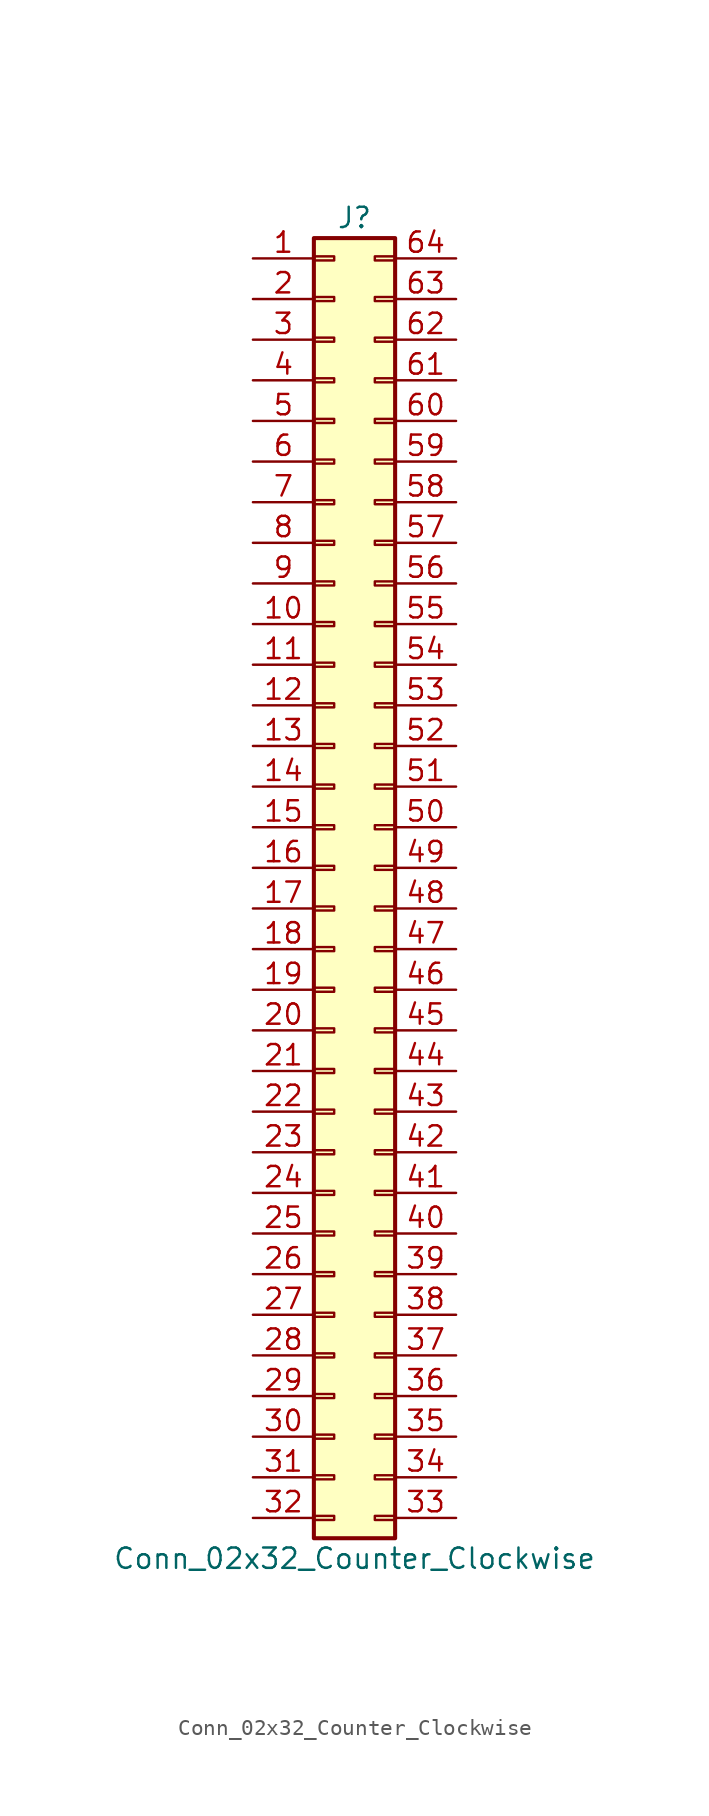
<source format=kicad_sym>
(kicad_symbol_lib
  (version 20201005)
  (generator kicad_symbol_editor)
  (symbol "Connector_Generic:Conn_02x32_Counter_Clockwise"
    (pin_names
      (offset 1.016) hide)
    (property "Reference" "J"
      (at 1.27 40.64 0)
      (effects (font (size 1.27 1.27))))
    (property "Value" "Conn_02x32_Counter_Clockwise"
      (at 1.27 -43.18 0)
      (effects (font (size 1.27 1.27))))
    (symbol "Conn_02x32_Counter_Clockwise_1_1"
      (rectangle (start -1.27 -27.813) (end 0 -28.067) (stroke (width 0.152)) (fill (type none)))
      (rectangle (start -1.27 -30.353) (end 0 -30.607) (stroke (width 0.152)) (fill (type none)))
      (rectangle (start -1.27 -32.893) (end 0 -33.147) (stroke (width 0.152)) (fill (type none)))
      (rectangle (start -1.27 -35.433) (end 0 -35.687) (stroke (width 0.152)) (fill (type none)))
      (rectangle (start -1.27 -37.973) (end 0 -38.227) (stroke (width 0.152)) (fill (type none)))
      (rectangle (start -1.27 -40.513) (end 0 -40.767) (stroke (width 0.152)) (fill (type none)))
      (rectangle (start -1.27 -4.953) (end 0 -5.207) (stroke (width 0.152)) (fill (type none)))
      (rectangle (start -1.27 -7.493) (end 0 -7.747) (stroke (width 0.152)) (fill (type none)))
      (rectangle (start -1.27 -10.033) (end 0 -10.287) (stroke (width 0.152)) (fill (type none)))
      (rectangle (start -1.27 -12.573) (end 0 -12.827) (stroke (width 0.152)) (fill (type none)))
      (rectangle (start -1.27 -15.113) (end 0 -15.367) (stroke (width 0.152)) (fill (type none)))
      (rectangle (start -1.27 -17.653) (end 0 -17.907) (stroke (width 0.152)) (fill (type none)))
      (rectangle (start -1.27 -20.193) (end 0 -20.447) (stroke (width 0.152)) (fill (type none)))
      (rectangle (start -1.27 -22.733) (end 0 -22.987) (stroke (width 0.152)) (fill (type none)))
      (rectangle (start -1.27 -2.413) (end 0 -2.667) (stroke (width 0.152)) (fill (type none)))
      (rectangle (start -1.27 -25.273) (end 0 -25.527) (stroke (width 0.152)) (fill (type none)))
      (rectangle (start -1.27 25.527) (end 0 25.273) (stroke (width 0.152)) (fill (type none)))
      (rectangle (start -1.27 2.667) (end 0 2.413) (stroke (width 0.152)) (fill (type none)))
      (rectangle (start -1.27 28.067) (end 0 27.813) (stroke (width 0.152)) (fill (type none)))
      (rectangle (start -1.27 30.607) (end 0 30.353) (stroke (width 0.152)) (fill (type none)))
      (rectangle (start -1.27 33.147) (end 0 32.893) (stroke (width 0.152)) (fill (type none)))
      (rectangle (start -1.27 35.687) (end 0 35.433) (stroke (width 0.152)) (fill (type none)))
      (rectangle (start -1.27 38.227) (end 0 37.973) (stroke (width 0.152)) (fill (type none)))
      (rectangle (start -1.27 39.37) (end 3.81 -41.91) (stroke (width 0.254)) (fill (type background)))
      (rectangle (start -1.27 5.207) (end 0 4.953) (stroke (width 0.152)) (fill (type none)))
      (rectangle (start -1.27 7.747) (end 0 7.493) (stroke (width 0.152)) (fill (type none)))
      (rectangle (start -1.27 10.287) (end 0 10.033) (stroke (width 0.152)) (fill (type none)))
      (rectangle (start -1.27 0.127) (end 0 -0.127) (stroke (width 0.152)) (fill (type none)))
      (rectangle (start -1.27 12.827) (end 0 12.573) (stroke (width 0.152)) (fill (type none)))
      (rectangle (start -1.27 15.367) (end 0 15.113) (stroke (width 0.152)) (fill (type none)))
      (rectangle (start -1.27 17.907) (end 0 17.653) (stroke (width 0.152)) (fill (type none)))
      (rectangle (start -1.27 20.447) (end 0 20.193) (stroke (width 0.152)) (fill (type none)))
      (rectangle (start -1.27 22.987) (end 0 22.733) (stroke (width 0.152)) (fill (type none)))
      (rectangle (start 3.81 -27.813) (end 2.54 -28.067) (stroke (width 0.152)) (fill (type none)))
      (rectangle (start 3.81 -30.353) (end 2.54 -30.607) (stroke (width 0.152)) (fill (type none)))
      (rectangle (start 3.81 -32.893) (end 2.54 -33.147) (stroke (width 0.152)) (fill (type none)))
      (rectangle (start 3.81 -35.433) (end 2.54 -35.687) (stroke (width 0.152)) (fill (type none)))
      (rectangle (start 3.81 -37.973) (end 2.54 -38.227) (stroke (width 0.152)) (fill (type none)))
      (rectangle (start 3.81 -40.513) (end 2.54 -40.767) (stroke (width 0.152)) (fill (type none)))
      (rectangle (start 3.81 -4.953) (end 2.54 -5.207) (stroke (width 0.152)) (fill (type none)))
      (rectangle (start 3.81 -7.493) (end 2.54 -7.747) (stroke (width 0.152)) (fill (type none)))
      (rectangle (start 3.81 -10.033) (end 2.54 -10.287) (stroke (width 0.152)) (fill (type none)))
      (rectangle (start 3.81 -12.573) (end 2.54 -12.827) (stroke (width 0.152)) (fill (type none)))
      (rectangle (start 3.81 -15.113) (end 2.54 -15.367) (stroke (width 0.152)) (fill (type none)))
      (rectangle (start 3.81 -17.653) (end 2.54 -17.907) (stroke (width 0.152)) (fill (type none)))
      (rectangle (start 3.81 -20.193) (end 2.54 -20.447) (stroke (width 0.152)) (fill (type none)))
      (rectangle (start 3.81 -22.733) (end 2.54 -22.987) (stroke (width 0.152)) (fill (type none)))
      (rectangle (start 3.81 -2.413) (end 2.54 -2.667) (stroke (width 0.152)) (fill (type none)))
      (rectangle (start 3.81 -25.273) (end 2.54 -25.527) (stroke (width 0.152)) (fill (type none)))
      (rectangle (start 3.81 25.527) (end 2.54 25.273) (stroke (width 0.152)) (fill (type none)))
      (rectangle (start 3.81 2.667) (end 2.54 2.413) (stroke (width 0.152)) (fill (type none)))
      (rectangle (start 3.81 28.067) (end 2.54 27.813) (stroke (width 0.152)) (fill (type none)))
      (rectangle (start 3.81 30.607) (end 2.54 30.353) (stroke (width 0.152)) (fill (type none)))
      (rectangle (start 3.81 33.147) (end 2.54 32.893) (stroke (width 0.152)) (fill (type none)))
      (rectangle (start 3.81 35.687) (end 2.54 35.433) (stroke (width 0.152)) (fill (type none)))
      (rectangle (start 3.81 38.227) (end 2.54 37.973) (stroke (width 0.152)) (fill (type none)))
      (rectangle (start 3.81 5.207) (end 2.54 4.953) (stroke (width 0.152)) (fill (type none)))
      (rectangle (start 3.81 7.747) (end 2.54 7.493) (stroke (width 0.152)) (fill (type none)))
      (rectangle (start 3.81 10.287) (end 2.54 10.033) (stroke (width 0.152)) (fill (type none)))
      (rectangle (start 3.81 0.127) (end 2.54 -0.127) (stroke (width 0.152)) (fill (type none)))
      (rectangle (start 3.81 12.827) (end 2.54 12.573) (stroke (width 0.152)) (fill (type none)))
      (rectangle (start 3.81 15.367) (end 2.54 15.113) (stroke (width 0.152)) (fill (type none)))
      (rectangle (start 3.81 17.907) (end 2.54 17.653) (stroke (width 0.152)) (fill (type none)))
      (rectangle (start 3.81 20.447) (end 2.54 20.193) (stroke (width 0.152)) (fill (type none)))
      (rectangle (start 3.81 22.987) (end 2.54 22.733) (stroke (width 0.152)) (fill (type none)))
      (pin passive line (at -5.08 38.1 0) (length 3.81) (name "Pin_1" (effects (font (size 1.27 1.27)))) (number "1" (effects (font (size 1.27 1.27)))))
      (pin passive line (at -5.08 15.24 0) (length 3.81) (name "Pin_10" (effects (font (size 1.27 1.27)))) (number "10" (effects (font (size 1.27 1.27)))))
      (pin passive line (at -5.08 12.7 0) (length 3.81) (name "Pin_11" (effects (font (size 1.27 1.27)))) (number "11" (effects (font (size 1.27 1.27)))))
      (pin passive line (at -5.08 10.16 0) (length 3.81) (name "Pin_12" (effects (font (size 1.27 1.27)))) (number "12" (effects (font (size 1.27 1.27)))))
      (pin passive line (at -5.08 7.62 0) (length 3.81) (name "Pin_13" (effects (font (size 1.27 1.27)))) (number "13" (effects (font (size 1.27 1.27)))))
      (pin passive line (at -5.08 5.08 0) (length 3.81) (name "Pin_14" (effects (font (size 1.27 1.27)))) (number "14" (effects (font (size 1.27 1.27)))))
      (pin passive line (at -5.08 2.54 0) (length 3.81) (name "Pin_15" (effects (font (size 1.27 1.27)))) (number "15" (effects (font (size 1.27 1.27)))))
      (pin passive line (at -5.08 0 0) (length 3.81) (name "Pin_16" (effects (font (size 1.27 1.27)))) (number "16" (effects (font (size 1.27 1.27)))))
      (pin passive line (at -5.08 -2.54 0) (length 3.81) (name "Pin_17" (effects (font (size 1.27 1.27)))) (number "17" (effects (font (size 1.27 1.27)))))
      (pin passive line (at -5.08 -5.08 0) (length 3.81) (name "Pin_18" (effects (font (size 1.27 1.27)))) (number "18" (effects (font (size 1.27 1.27)))))
      (pin passive line (at -5.08 -7.62 0) (length 3.81) (name "Pin_19" (effects (font (size 1.27 1.27)))) (number "19" (effects (font (size 1.27 1.27)))))
      (pin passive line (at -5.08 35.56 0) (length 3.81) (name "Pin_2" (effects (font (size 1.27 1.27)))) (number "2" (effects (font (size 1.27 1.27)))))
      (pin passive line (at -5.08 -10.16 0) (length 3.81) (name "Pin_20" (effects (font (size 1.27 1.27)))) (number "20" (effects (font (size 1.27 1.27)))))
      (pin passive line (at -5.08 -12.7 0) (length 3.81) (name "Pin_21" (effects (font (size 1.27 1.27)))) (number "21" (effects (font (size 1.27 1.27)))))
      (pin passive line (at -5.08 -15.24 0) (length 3.81) (name "Pin_22" (effects (font (size 1.27 1.27)))) (number "22" (effects (font (size 1.27 1.27)))))
      (pin passive line (at -5.08 -17.78 0) (length 3.81) (name "Pin_23" (effects (font (size 1.27 1.27)))) (number "23" (effects (font (size 1.27 1.27)))))
      (pin passive line (at -5.08 -20.32 0) (length 3.81) (name "Pin_24" (effects (font (size 1.27 1.27)))) (number "24" (effects (font (size 1.27 1.27)))))
      (pin passive line (at -5.08 -22.86 0) (length 3.81) (name "Pin_25" (effects (font (size 1.27 1.27)))) (number "25" (effects (font (size 1.27 1.27)))))
      (pin passive line (at -5.08 -25.4 0) (length 3.81) (name "Pin_26" (effects (font (size 1.27 1.27)))) (number "26" (effects (font (size 1.27 1.27)))))
      (pin passive line (at -5.08 -27.94 0) (length 3.81) (name "Pin_27" (effects (font (size 1.27 1.27)))) (number "27" (effects (font (size 1.27 1.27)))))
      (pin passive line (at -5.08 -30.48 0) (length 3.81) (name "Pin_28" (effects (font (size 1.27 1.27)))) (number "28" (effects (font (size 1.27 1.27)))))
      (pin passive line (at -5.08 -33.02 0) (length 3.81) (name "Pin_29" (effects (font (size 1.27 1.27)))) (number "29" (effects (font (size 1.27 1.27)))))
      (pin passive line (at -5.08 33.02 0) (length 3.81) (name "Pin_3" (effects (font (size 1.27 1.27)))) (number "3" (effects (font (size 1.27 1.27)))))
      (pin passive line (at -5.08 -35.56 0) (length 3.81) (name "Pin_30" (effects (font (size 1.27 1.27)))) (number "30" (effects (font (size 1.27 1.27)))))
      (pin passive line (at -5.08 -38.1 0) (length 3.81) (name "Pin_31" (effects (font (size 1.27 1.27)))) (number "31" (effects (font (size 1.27 1.27)))))
      (pin passive line (at -5.08 -40.64 0) (length 3.81) (name "Pin_32" (effects (font (size 1.27 1.27)))) (number "32" (effects (font (size 1.27 1.27)))))
      (pin passive line (at 7.62 -40.64 180) (length 3.81) (name "Pin_33" (effects (font (size 1.27 1.27)))) (number "33" (effects (font (size 1.27 1.27)))))
      (pin passive line (at 7.62 -38.1 180) (length 3.81) (name "Pin_34" (effects (font (size 1.27 1.27)))) (number "34" (effects (font (size 1.27 1.27)))))
      (pin passive line (at 7.62 -35.56 180) (length 3.81) (name "Pin_35" (effects (font (size 1.27 1.27)))) (number "35" (effects (font (size 1.27 1.27)))))
      (pin passive line (at 7.62 -33.02 180) (length 3.81) (name "Pin_36" (effects (font (size 1.27 1.27)))) (number "36" (effects (font (size 1.27 1.27)))))
      (pin passive line (at 7.62 -30.48 180) (length 3.81) (name "Pin_37" (effects (font (size 1.27 1.27)))) (number "37" (effects (font (size 1.27 1.27)))))
      (pin passive line (at 7.62 -27.94 180) (length 3.81) (name "Pin_38" (effects (font (size 1.27 1.27)))) (number "38" (effects (font (size 1.27 1.27)))))
      (pin passive line (at 7.62 -25.4 180) (length 3.81) (name "Pin_39" (effects (font (size 1.27 1.27)))) (number "39" (effects (font (size 1.27 1.27)))))
      (pin passive line (at -5.08 30.48 0) (length 3.81) (name "Pin_4" (effects (font (size 1.27 1.27)))) (number "4" (effects (font (size 1.27 1.27)))))
      (pin passive line (at 7.62 -22.86 180) (length 3.81) (name "Pin_40" (effects (font (size 1.27 1.27)))) (number "40" (effects (font (size 1.27 1.27)))))
      (pin passive line (at 7.62 -20.32 180) (length 3.81) (name "Pin_41" (effects (font (size 1.27 1.27)))) (number "41" (effects (font (size 1.27 1.27)))))
      (pin passive line (at 7.62 -17.78 180) (length 3.81) (name "Pin_42" (effects (font (size 1.27 1.27)))) (number "42" (effects (font (size 1.27 1.27)))))
      (pin passive line (at 7.62 -15.24 180) (length 3.81) (name "Pin_43" (effects (font (size 1.27 1.27)))) (number "43" (effects (font (size 1.27 1.27)))))
      (pin passive line (at 7.62 -12.7 180) (length 3.81) (name "Pin_44" (effects (font (size 1.27 1.27)))) (number "44" (effects (font (size 1.27 1.27)))))
      (pin passive line (at 7.62 -10.16 180) (length 3.81) (name "Pin_45" (effects (font (size 1.27 1.27)))) (number "45" (effects (font (size 1.27 1.27)))))
      (pin passive line (at 7.62 -7.62 180) (length 3.81) (name "Pin_46" (effects (font (size 1.27 1.27)))) (number "46" (effects (font (size 1.27 1.27)))))
      (pin passive line (at 7.62 -5.08 180) (length 3.81) (name "Pin_47" (effects (font (size 1.27 1.27)))) (number "47" (effects (font (size 1.27 1.27)))))
      (pin passive line (at 7.62 -2.54 180) (length 3.81) (name "Pin_48" (effects (font (size 1.27 1.27)))) (number "48" (effects (font (size 1.27 1.27)))))
      (pin passive line (at 7.62 0 180) (length 3.81) (name "Pin_49" (effects (font (size 1.27 1.27)))) (number "49" (effects (font (size 1.27 1.27)))))
      (pin passive line (at -5.08 27.94 0) (length 3.81) (name "Pin_5" (effects (font (size 1.27 1.27)))) (number "5" (effects (font (size 1.27 1.27)))))
      (pin passive line (at 7.62 2.54 180) (length 3.81) (name "Pin_50" (effects (font (size 1.27 1.27)))) (number "50" (effects (font (size 1.27 1.27)))))
      (pin passive line (at 7.62 5.08 180) (length 3.81) (name "Pin_51" (effects (font (size 1.27 1.27)))) (number "51" (effects (font (size 1.27 1.27)))))
      (pin passive line (at 7.62 7.62 180) (length 3.81) (name "Pin_52" (effects (font (size 1.27 1.27)))) (number "52" (effects (font (size 1.27 1.27)))))
      (pin passive line (at 7.62 10.16 180) (length 3.81) (name "Pin_53" (effects (font (size 1.27 1.27)))) (number "53" (effects (font (size 1.27 1.27)))))
      (pin passive line (at 7.62 12.7 180) (length 3.81) (name "Pin_54" (effects (font (size 1.27 1.27)))) (number "54" (effects (font (size 1.27 1.27)))))
      (pin passive line (at 7.62 15.24 180) (length 3.81) (name "Pin_55" (effects (font (size 1.27 1.27)))) (number "55" (effects (font (size 1.27 1.27)))))
      (pin passive line (at 7.62 17.78 180) (length 3.81) (name "Pin_56" (effects (font (size 1.27 1.27)))) (number "56" (effects (font (size 1.27 1.27)))))
      (pin passive line (at 7.62 20.32 180) (length 3.81) (name "Pin_57" (effects (font (size 1.27 1.27)))) (number "57" (effects (font (size 1.27 1.27)))))
      (pin passive line (at 7.62 22.86 180) (length 3.81) (name "Pin_58" (effects (font (size 1.27 1.27)))) (number "58" (effects (font (size 1.27 1.27)))))
      (pin passive line (at 7.62 25.4 180) (length 3.81) (name "Pin_59" (effects (font (size 1.27 1.27)))) (number "59" (effects (font (size 1.27 1.27)))))
      (pin passive line (at -5.08 25.4 0) (length 3.81) (name "Pin_6" (effects (font (size 1.27 1.27)))) (number "6" (effects (font (size 1.27 1.27)))))
      (pin passive line (at 7.62 27.94 180) (length 3.81) (name "Pin_60" (effects (font (size 1.27 1.27)))) (number "60" (effects (font (size 1.27 1.27)))))
      (pin passive line (at 7.62 30.48 180) (length 3.81) (name "Pin_61" (effects (font (size 1.27 1.27)))) (number "61" (effects (font (size 1.27 1.27)))))
      (pin passive line (at 7.62 33.02 180) (length 3.81) (name "Pin_62" (effects (font (size 1.27 1.27)))) (number "62" (effects (font (size 1.27 1.27)))))
      (pin passive line (at 7.62 35.56 180) (length 3.81) (name "Pin_63" (effects (font (size 1.27 1.27)))) (number "63" (effects (font (size 1.27 1.27)))))
      (pin passive line (at 7.62 38.1 180) (length 3.81) (name "Pin_64" (effects (font (size 1.27 1.27)))) (number "64" (effects (font (size 1.27 1.27)))))
      (pin passive line (at -5.08 22.86 0) (length 3.81) (name "Pin_7" (effects (font (size 1.27 1.27)))) (number "7" (effects (font (size 1.27 1.27)))))
      (pin passive line (at -5.08 20.32 0) (length 3.81) (name "Pin_8" (effects (font (size 1.27 1.27)))) (number "8" (effects (font (size 1.27 1.27)))))
      (pin passive line (at -5.08 17.78 0) (length 3.81) (name "Pin_9" (effects (font (size 1.27 1.27)))) (number "9" (effects (font (size 1.27 1.27))))))))
</source>
